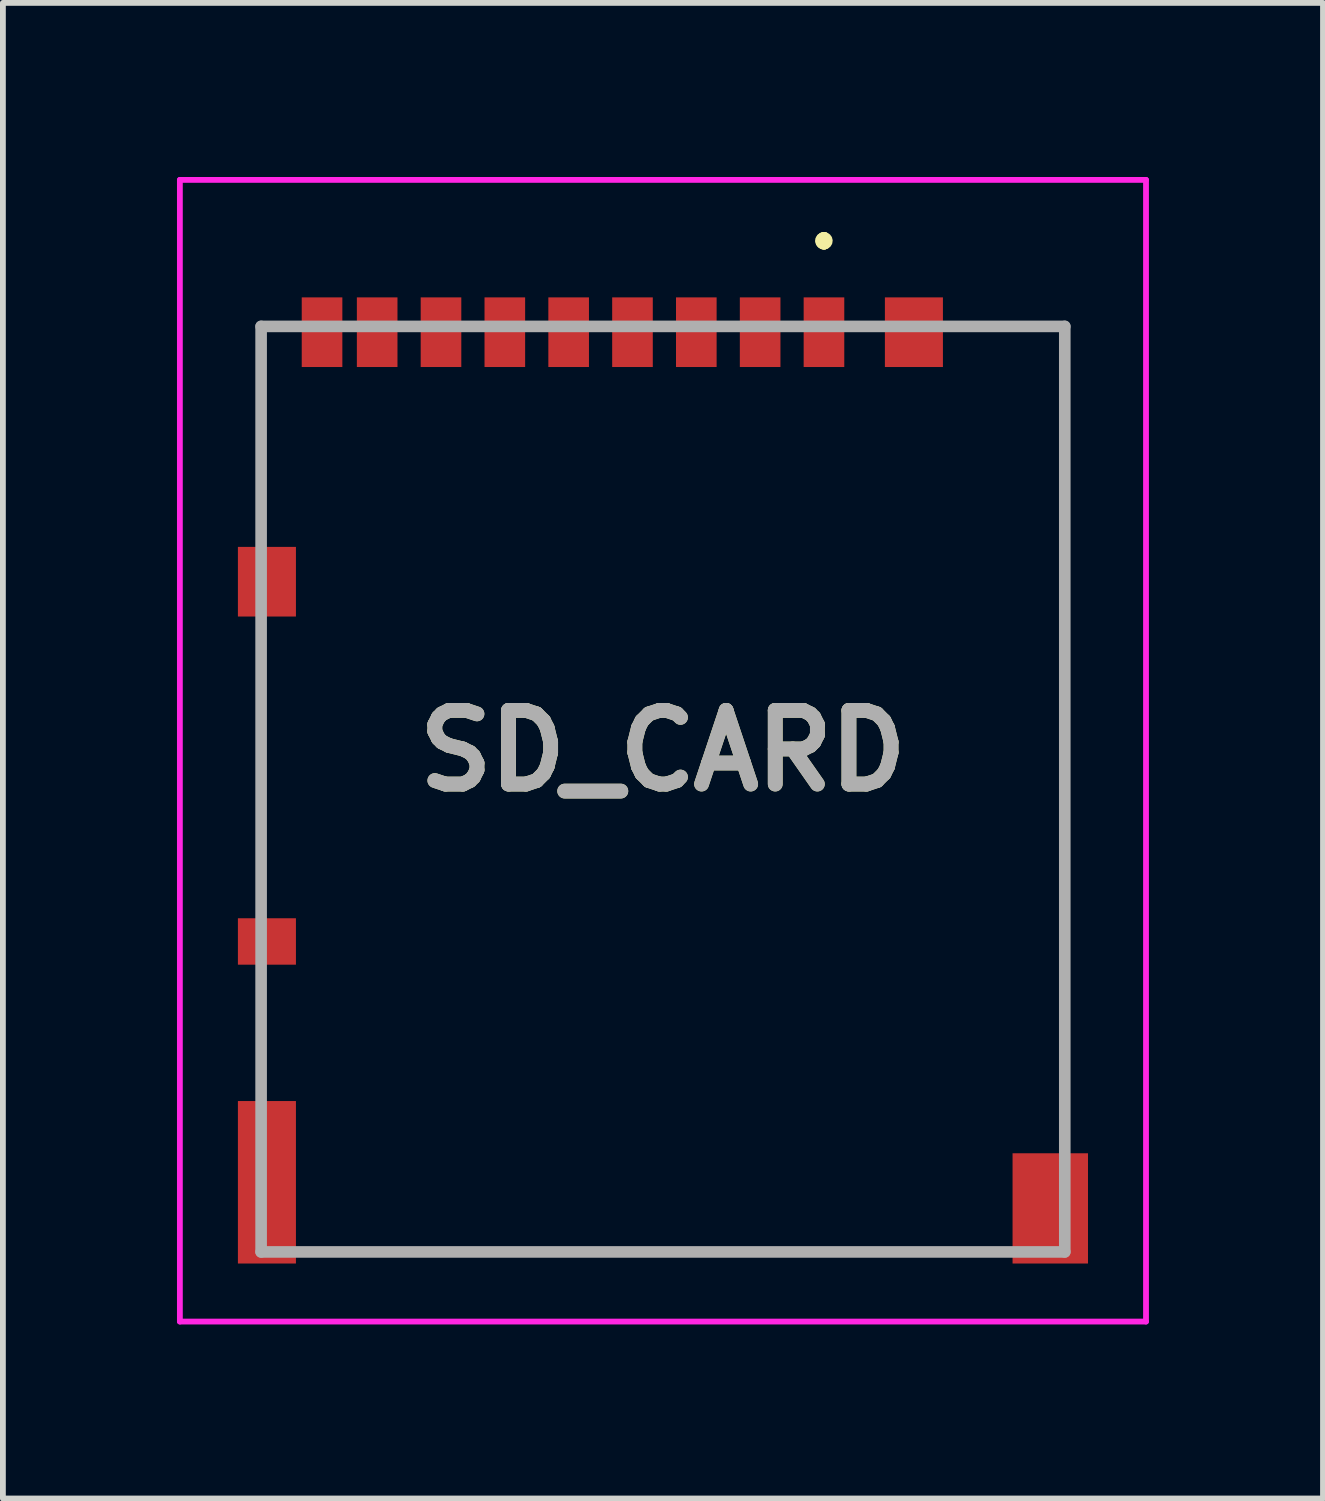
<source format=kicad_pcb>
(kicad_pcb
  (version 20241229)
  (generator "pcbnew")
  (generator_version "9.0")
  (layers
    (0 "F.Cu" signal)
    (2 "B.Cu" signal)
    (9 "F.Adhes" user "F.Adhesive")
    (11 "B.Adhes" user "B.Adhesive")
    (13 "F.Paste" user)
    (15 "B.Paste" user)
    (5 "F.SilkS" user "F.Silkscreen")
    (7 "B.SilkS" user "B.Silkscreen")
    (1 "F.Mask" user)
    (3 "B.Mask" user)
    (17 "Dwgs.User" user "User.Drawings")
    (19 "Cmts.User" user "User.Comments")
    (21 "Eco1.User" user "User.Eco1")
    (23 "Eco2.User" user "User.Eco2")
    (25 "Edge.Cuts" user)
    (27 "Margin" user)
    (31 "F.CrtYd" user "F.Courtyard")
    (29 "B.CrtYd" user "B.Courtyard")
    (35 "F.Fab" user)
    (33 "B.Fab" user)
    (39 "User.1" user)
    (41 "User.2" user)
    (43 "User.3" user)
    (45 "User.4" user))
  (footprint "SD_CARD"
    (layer "F.Cu")
    (at 11.15 3.275)
    (property "Reference" "SD_CARD" (at -2.775 6.613 0) (layer "F.SilkS") (effects (font (size 1.27 1.27) (thickness 0.254))))
    (attr smd)
    (fp_line (start -9.7 2.525) (end -9.7 -0.7) (stroke (width 0.1) (type solid)) (layer "F.SilkS"))
    (fp_line (start -9.7 5.025) (end -9.7 9.025) (stroke (width 0.1) (type solid)) (layer "F.SilkS"))
    (fp_line (start -8.525 15.25) (end 2.725 15.275) (stroke (width 0.1) (type solid)) (layer "F.SilkS"))
    (fp_line (start 0 -2.225) (end 0 -2.225) (stroke (width 0.2) (type solid)) (layer "F.SilkS"))
    (fp_line (start 0 -2.225) (end 0 -2.225) (stroke (width 0.2) (type solid)) (layer "F.SilkS"))
    (fp_line (start 0 -2.125) (end 0 -2.125) (stroke (width 0.2) (type solid)) (layer "F.SilkS"))
    (fp_line (start 4.15 -0.725) (end 2.475 -0.725) (stroke (width 0.1) (type solid)) (layer "F.SilkS"))
    (fp_line (start 4.15 13.025) (end 4.15 -0.725) (stroke (width 0.1) (type solid)) (layer "F.SilkS"))
    (fp_arc (start 0 -2.225) (mid 0.05 -2.175) (end 0 -2.125) (stroke (width 0.2) (type solid)) (layer "F.SilkS"))
    (fp_arc (start 0 -2.125) (mid -0.05 -2.175) (end 0 -2.225) (stroke (width 0.2) (type solid)) (layer "F.SilkS"))
    (fp_arc (start 0 -2.125) (mid -0.05 -2.175) (end 0 -2.225) (stroke (width 0.2) (type solid)) (layer "F.SilkS"))
    (fp_line (start -11.1 -3.225) (end 5.55 -3.225) (stroke (width 0.1) (type solid)) (layer "F.CrtYd"))
    (fp_line (start -11.1 16.45) (end -11.1 -3.225) (stroke (width 0.1) (type solid)) (layer "F.CrtYd"))
    (fp_line (start 5.55 -3.225) (end 5.55 16.45) (stroke (width 0.1) (type solid)) (layer "F.CrtYd"))
    (fp_line (start 5.55 16.45) (end -11.1 16.45) (stroke (width 0.1) (type solid)) (layer "F.CrtYd"))
    (fp_line (start -9.7 -0.7) (end -9.7 15.25) (stroke (width 0.2) (type solid)) (layer "F.Fab"))
    (fp_line (start -9.7 15.25) (end 4.15 15.25) (stroke (width 0.2) (type solid)) (layer "F.Fab"))
    (fp_line (start 4.15 -0.7) (end -9.7 -0.7) (stroke (width 0.2) (type solid)) (layer "F.Fab"))
    (fp_line (start 4.15 15.25) (end 4.15 -0.7) (stroke (width 0.2) (type solid)) (layer "F.Fab"))
    (fp_text user "${REFERENCE}" (at -2.775 6.613 0) (layer "F.Fab") (effects (font (size 1.27 1.27) (thickness 0.254))))
    (pad "1" smd rect (at 0 -0.6) (size 0.7 1.2) (layers "F.Cu" "F.Mask" "F.Paste"))
    (pad "2" smd rect (at -1.1 -0.6) (size 0.7 1.2) (layers "F.Cu" "F.Mask" "F.Paste"))
    (pad "3" smd rect (at -2.2 -0.6) (size 0.7 1.2) (layers "F.Cu" "F.Mask" "F.Paste"))
    (pad "4" smd rect (at -3.3 -0.6) (size 0.7 1.2) (layers "F.Cu" "F.Mask" "F.Paste"))
    (pad "5" smd rect (at -4.4 -0.6) (size 0.7 1.2) (layers "F.Cu" "F.Mask" "F.Paste"))
    (pad "6" smd rect (at -5.5 -0.6) (size 0.7 1.2) (layers "F.Cu" "F.Mask" "F.Paste"))
    (pad "7" smd rect (at -6.6 -0.6) (size 0.7 1.2) (layers "F.Cu" "F.Mask" "F.Paste"))
    (pad "8" smd rect (at -7.7 -0.6) (size 0.7 1.2) (layers "F.Cu" "F.Mask" "F.Paste"))
    (pad "CD1" smd rect (at -8.65 -0.6) (size 0.7 1.2) (layers "F.Cu" "F.Mask" "F.Paste"))
    (pad "MP1" smd rect (at 1.55 -0.6) (size 1 1.2) (layers "F.Cu" "F.Mask" "F.Paste"))
    (pad "MP2" smd rect (at -9.6 3.7) (size 1 1.2) (layers "F.Cu" "F.Mask" "F.Paste"))
    (pad "MP3" smd rect (at -9.6 9.9 90) (size 0.8 1) (layers "F.Cu" "F.Mask" "F.Paste"))
    (pad "MP4" smd rect (at -9.6 14.05) (size 1 2.8) (layers "F.Cu" "F.Mask" "F.Paste"))
    (pad "MP5" smd rect (at 3.9 14.5) (size 1.3 1.9) (layers "F.Cu" "F.Mask" "F.Paste")))
  (gr_rect
    (start -3 -3)
    (end 19.75 22.775)
    (stroke (width 0.1) (type default))
    (fill no)
    (layer "Edge.Cuts")))
</source>
